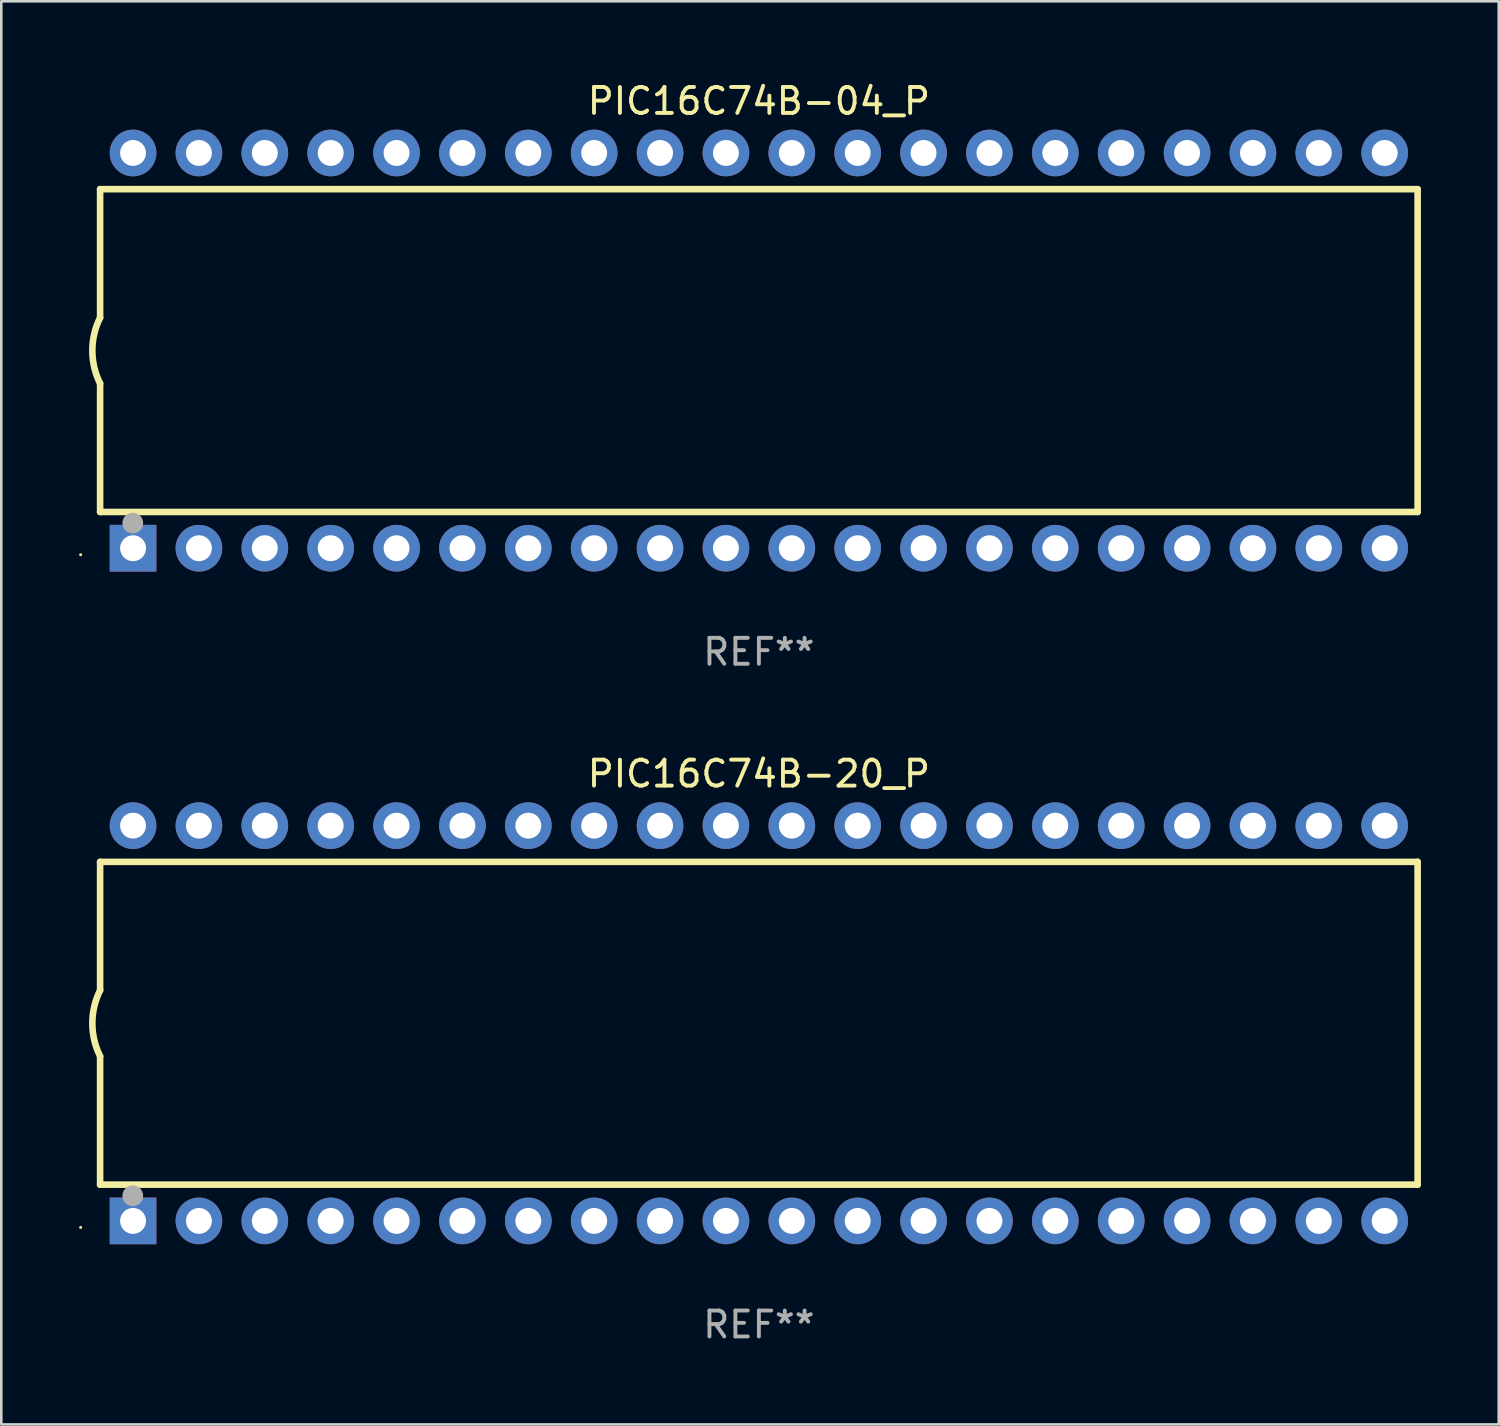
<source format=kicad_pcb>
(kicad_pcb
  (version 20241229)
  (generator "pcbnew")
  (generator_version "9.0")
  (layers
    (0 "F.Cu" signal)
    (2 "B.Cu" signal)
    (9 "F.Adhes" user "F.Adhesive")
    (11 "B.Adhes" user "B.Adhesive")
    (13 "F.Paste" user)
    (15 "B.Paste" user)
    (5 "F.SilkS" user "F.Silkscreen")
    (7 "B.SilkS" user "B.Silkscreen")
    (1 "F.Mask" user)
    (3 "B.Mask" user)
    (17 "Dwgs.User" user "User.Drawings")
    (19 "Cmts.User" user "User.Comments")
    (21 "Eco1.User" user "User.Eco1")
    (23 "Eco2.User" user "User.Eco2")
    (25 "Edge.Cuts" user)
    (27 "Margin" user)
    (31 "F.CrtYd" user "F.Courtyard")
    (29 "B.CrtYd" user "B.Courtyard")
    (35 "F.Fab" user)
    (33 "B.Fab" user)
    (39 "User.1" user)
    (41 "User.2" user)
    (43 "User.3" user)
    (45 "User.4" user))
  (footprint "PIC16C74B-04_P"
    (layer "F.Cu")
    (at 26.21 10.468)
    (property "Reference" "PIC16C74B-04_P" (at 0 -9.62 0) (layer "F.SilkS") (effects (font (size 1 1) (thickness 0.15))))
    (attr through_hole)
    (fp_line (start -25.4 -6.224) (end -25.4 -1.271) (stroke (width 0.254) (type solid)) (layer "F.SilkS"))
    (fp_line (start -25.4 -6.224) (end 25.4 -6.224) (stroke (width 0.254) (type solid)) (layer "F.SilkS"))
    (fp_line (start -25.4 1.269) (end -25.4 6.222) (stroke (width 0.254) (type solid)) (layer "F.SilkS"))
    (fp_line (start -25.4 6.222) (end 25.4 6.222) (stroke (width 0.254) (type solid)) (layer "F.SilkS"))
    (fp_line (start 25.4 6.222) (end 25.4 -6.224) (stroke (width 0.254) (type solid)) (layer "F.SilkS"))
    (fp_arc (start -25.4 1.269241) (mid -25.699807 -0.000762) (end -25.4 -1.270765) (stroke (width 0.254001) (type solid)) (layer "F.SilkS"))
    (fp_circle (center -26.15 7.87) (end -26.12 7.87) (stroke (width 0.06) (type solid)) (fill no) (layer "F.SilkS"))
    (fp_circle (center -24.14 6.65) (end -23.94 6.65) (stroke (width 0.4) (type solid)) (fill no) (layer "F.Fab"))
    (fp_text user "REF**" (at 0 11.62 0) (layer "F.Fab") (effects (font (size 1 1) (thickness 0.15))))
    (pad "1" thru_hole rect (at -24.13 7.62 90) (size 1.8 1.8) (drill 1) (layers "*.Cu" "*.Mask"))
    (pad "2" thru_hole circle (at -21.59 7.62) (size 1.8 1.8) (drill 1) (layers "*.Cu" "*.Mask"))
    (pad "3" thru_hole circle (at -19.05 7.62) (size 1.8 1.8) (drill 1) (layers "*.Cu" "*.Mask"))
    (pad "4" thru_hole circle (at -16.51 7.62) (size 1.8 1.8) (drill 1) (layers "*.Cu" "*.Mask"))
    (pad "5" thru_hole circle (at -13.97 7.62) (size 1.8 1.8) (drill 1) (layers "*.Cu" "*.Mask"))
    (pad "6" thru_hole circle (at -11.43 7.62) (size 1.8 1.8) (drill 1) (layers "*.Cu" "*.Mask"))
    (pad "7" thru_hole circle (at -8.89 7.62) (size 1.8 1.8) (drill 1) (layers "*.Cu" "*.Mask"))
    (pad "8" thru_hole circle (at -6.35 7.62) (size 1.8 1.8) (drill 1) (layers "*.Cu" "*.Mask"))
    (pad "9" thru_hole circle (at -3.81 7.62) (size 1.8 1.8) (drill 1) (layers "*.Cu" "*.Mask"))
    (pad "10" thru_hole circle (at -1.27 7.62) (size 1.8 1.8) (drill 1) (layers "*.Cu" "*.Mask"))
    (pad "11" thru_hole circle (at 1.27 7.62) (size 1.8 1.8) (drill 1) (layers "*.Cu" "*.Mask"))
    (pad "12" thru_hole circle (at 3.81 7.62) (size 1.8 1.8) (drill 1) (layers "*.Cu" "*.Mask"))
    (pad "13" thru_hole circle (at 6.35 7.62) (size 1.8 1.8) (drill 1) (layers "*.Cu" "*.Mask"))
    (pad "14" thru_hole circle (at 8.89 7.62) (size 1.8 1.8) (drill 1) (layers "*.Cu" "*.Mask"))
    (pad "15" thru_hole circle (at 11.43 7.62) (size 1.8 1.8) (drill 1) (layers "*.Cu" "*.Mask"))
    (pad "16" thru_hole circle (at 13.97 7.62) (size 1.8 1.8) (drill 1) (layers "*.Cu" "*.Mask"))
    (pad "17" thru_hole circle (at 16.51 7.62) (size 1.8 1.8) (drill 1) (layers "*.Cu" "*.Mask"))
    (pad "18" thru_hole circle (at 19.05 7.62) (size 1.8 1.8) (drill 1) (layers "*.Cu" "*.Mask"))
    (pad "19" thru_hole circle (at 21.59 7.62) (size 1.8 1.8) (drill 1) (layers "*.Cu" "*.Mask"))
    (pad "20" thru_hole circle (at 24.13 7.62) (size 1.8 1.8) (drill 1) (layers "*.Cu" "*.Mask"))
    (pad "21" thru_hole circle (at 24.13 -7.62) (size 1.8 1.8) (drill 1) (layers "*.Cu" "*.Mask"))
    (pad "22" thru_hole circle (at 21.59 -7.62) (size 1.8 1.8) (drill 1) (layers "*.Cu" "*.Mask"))
    (pad "23" thru_hole circle (at 19.05 -7.62) (size 1.8 1.8) (drill 1) (layers "*.Cu" "*.Mask"))
    (pad "24" thru_hole circle (at 16.51 -7.62) (size 1.8 1.8) (drill 1) (layers "*.Cu" "*.Mask"))
    (pad "25" thru_hole circle (at 13.97 -7.62) (size 1.8 1.8) (drill 1) (layers "*.Cu" "*.Mask"))
    (pad "26" thru_hole circle (at 11.43 -7.62) (size 1.8 1.8) (drill 1) (layers "*.Cu" "*.Mask"))
    (pad "27" thru_hole circle (at 8.89 -7.62) (size 1.8 1.8) (drill 1) (layers "*.Cu" "*.Mask"))
    (pad "28" thru_hole circle (at 6.35 -7.62) (size 1.8 1.8) (drill 1) (layers "*.Cu" "*.Mask"))
    (pad "29" thru_hole circle (at 3.81 -7.62) (size 1.8 1.8) (drill 1) (layers "*.Cu" "*.Mask"))
    (pad "30" thru_hole circle (at 1.27 -7.62) (size 1.8 1.8) (drill 1) (layers "*.Cu" "*.Mask"))
    (pad "31" thru_hole circle (at -1.27 -7.62) (size 1.8 1.8) (drill 1) (layers "*.Cu" "*.Mask"))
    (pad "32" thru_hole circle (at -3.81 -7.62) (size 1.8 1.8) (drill 1) (layers "*.Cu" "*.Mask"))
    (pad "33" thru_hole circle (at -6.35 -7.62) (size 1.8 1.8) (drill 1) (layers "*.Cu" "*.Mask"))
    (pad "34" thru_hole circle (at -8.89 -7.62) (size 1.8 1.8) (drill 1) (layers "*.Cu" "*.Mask"))
    (pad "35" thru_hole circle (at -11.43 -7.62) (size 1.8 1.8) (drill 1) (layers "*.Cu" "*.Mask"))
    (pad "36" thru_hole circle (at -13.97 -7.62) (size 1.8 1.8) (drill 1) (layers "*.Cu" "*.Mask"))
    (pad "37" thru_hole circle (at -16.51 -7.62) (size 1.8 1.8) (drill 1) (layers "*.Cu" "*.Mask"))
    (pad "38" thru_hole circle (at -19.05 -7.62) (size 1.8 1.8) (drill 1) (layers "*.Cu" "*.Mask"))
    (pad "39" thru_hole circle (at -21.59 -7.62) (size 1.8 1.8) (drill 1) (layers "*.Cu" "*.Mask"))
    (pad "40" thru_hole circle (at -24.13 -7.62) (size 1.8 1.8) (drill 1) (layers "*.Cu" "*.Mask")))
  (footprint "PIC16C74B-20_P"
    (layer "F.Cu")
    (at 26.21 36.405)
    (property "Reference" "PIC16C74B-20_P" (at 0 -9.62 0) (layer "F.SilkS") (effects (font (size 1 1) (thickness 0.15))))
    (attr through_hole)
    (fp_line (start -25.4 -6.224) (end -25.4 -1.271) (stroke (width 0.254) (type solid)) (layer "F.SilkS"))
    (fp_line (start -25.4 -6.224) (end 25.4 -6.224) (stroke (width 0.254) (type solid)) (layer "F.SilkS"))
    (fp_line (start -25.4 1.269) (end -25.4 6.222) (stroke (width 0.254) (type solid)) (layer "F.SilkS"))
    (fp_line (start -25.4 6.222) (end 25.4 6.222) (stroke (width 0.254) (type solid)) (layer "F.SilkS"))
    (fp_line (start 25.4 6.222) (end 25.4 -6.224) (stroke (width 0.254) (type solid)) (layer "F.SilkS"))
    (fp_arc (start -25.4 1.269241) (mid -25.699807 -0.000762) (end -25.4 -1.270765) (stroke (width 0.254001) (type solid)) (layer "F.SilkS"))
    (fp_circle (center -26.15 7.87) (end -26.12 7.87) (stroke (width 0.06) (type solid)) (fill no) (layer "F.SilkS"))
    (fp_circle (center -24.14 6.65) (end -23.94 6.65) (stroke (width 0.4) (type solid)) (fill no) (layer "F.Fab"))
    (fp_text user "REF**" (at 0 11.62 0) (layer "F.Fab") (effects (font (size 1 1) (thickness 0.15))))
    (pad "1" thru_hole rect (at -24.13 7.62 90) (size 1.8 1.8) (drill 1) (layers "*.Cu" "*.Mask"))
    (pad "2" thru_hole circle (at -21.59 7.62) (size 1.8 1.8) (drill 1) (layers "*.Cu" "*.Mask"))
    (pad "3" thru_hole circle (at -19.05 7.62) (size 1.8 1.8) (drill 1) (layers "*.Cu" "*.Mask"))
    (pad "4" thru_hole circle (at -16.51 7.62) (size 1.8 1.8) (drill 1) (layers "*.Cu" "*.Mask"))
    (pad "5" thru_hole circle (at -13.97 7.62) (size 1.8 1.8) (drill 1) (layers "*.Cu" "*.Mask"))
    (pad "6" thru_hole circle (at -11.43 7.62) (size 1.8 1.8) (drill 1) (layers "*.Cu" "*.Mask"))
    (pad "7" thru_hole circle (at -8.89 7.62) (size 1.8 1.8) (drill 1) (layers "*.Cu" "*.Mask"))
    (pad "8" thru_hole circle (at -6.35 7.62) (size 1.8 1.8) (drill 1) (layers "*.Cu" "*.Mask"))
    (pad "9" thru_hole circle (at -3.81 7.62) (size 1.8 1.8) (drill 1) (layers "*.Cu" "*.Mask"))
    (pad "10" thru_hole circle (at -1.27 7.62) (size 1.8 1.8) (drill 1) (layers "*.Cu" "*.Mask"))
    (pad "11" thru_hole circle (at 1.27 7.62) (size 1.8 1.8) (drill 1) (layers "*.Cu" "*.Mask"))
    (pad "12" thru_hole circle (at 3.81 7.62) (size 1.8 1.8) (drill 1) (layers "*.Cu" "*.Mask"))
    (pad "13" thru_hole circle (at 6.35 7.62) (size 1.8 1.8) (drill 1) (layers "*.Cu" "*.Mask"))
    (pad "14" thru_hole circle (at 8.89 7.62) (size 1.8 1.8) (drill 1) (layers "*.Cu" "*.Mask"))
    (pad "15" thru_hole circle (at 11.43 7.62) (size 1.8 1.8) (drill 1) (layers "*.Cu" "*.Mask"))
    (pad "16" thru_hole circle (at 13.97 7.62) (size 1.8 1.8) (drill 1) (layers "*.Cu" "*.Mask"))
    (pad "17" thru_hole circle (at 16.51 7.62) (size 1.8 1.8) (drill 1) (layers "*.Cu" "*.Mask"))
    (pad "18" thru_hole circle (at 19.05 7.62) (size 1.8 1.8) (drill 1) (layers "*.Cu" "*.Mask"))
    (pad "19" thru_hole circle (at 21.59 7.62) (size 1.8 1.8) (drill 1) (layers "*.Cu" "*.Mask"))
    (pad "20" thru_hole circle (at 24.13 7.62) (size 1.8 1.8) (drill 1) (layers "*.Cu" "*.Mask"))
    (pad "21" thru_hole circle (at 24.13 -7.62) (size 1.8 1.8) (drill 1) (layers "*.Cu" "*.Mask"))
    (pad "22" thru_hole circle (at 21.59 -7.62) (size 1.8 1.8) (drill 1) (layers "*.Cu" "*.Mask"))
    (pad "23" thru_hole circle (at 19.05 -7.62) (size 1.8 1.8) (drill 1) (layers "*.Cu" "*.Mask"))
    (pad "24" thru_hole circle (at 16.51 -7.62) (size 1.8 1.8) (drill 1) (layers "*.Cu" "*.Mask"))
    (pad "25" thru_hole circle (at 13.97 -7.62) (size 1.8 1.8) (drill 1) (layers "*.Cu" "*.Mask"))
    (pad "26" thru_hole circle (at 11.43 -7.62) (size 1.8 1.8) (drill 1) (layers "*.Cu" "*.Mask"))
    (pad "27" thru_hole circle (at 8.89 -7.62) (size 1.8 1.8) (drill 1) (layers "*.Cu" "*.Mask"))
    (pad "28" thru_hole circle (at 6.35 -7.62) (size 1.8 1.8) (drill 1) (layers "*.Cu" "*.Mask"))
    (pad "29" thru_hole circle (at 3.81 -7.62) (size 1.8 1.8) (drill 1) (layers "*.Cu" "*.Mask"))
    (pad "30" thru_hole circle (at 1.27 -7.62) (size 1.8 1.8) (drill 1) (layers "*.Cu" "*.Mask"))
    (pad "31" thru_hole circle (at -1.27 -7.62) (size 1.8 1.8) (drill 1) (layers "*.Cu" "*.Mask"))
    (pad "32" thru_hole circle (at -3.81 -7.62) (size 1.8 1.8) (drill 1) (layers "*.Cu" "*.Mask"))
    (pad "33" thru_hole circle (at -6.35 -7.62) (size 1.8 1.8) (drill 1) (layers "*.Cu" "*.Mask"))
    (pad "34" thru_hole circle (at -8.89 -7.62) (size 1.8 1.8) (drill 1) (layers "*.Cu" "*.Mask"))
    (pad "35" thru_hole circle (at -11.43 -7.62) (size 1.8 1.8) (drill 1) (layers "*.Cu" "*.Mask"))
    (pad "36" thru_hole circle (at -13.97 -7.62) (size 1.8 1.8) (drill 1) (layers "*.Cu" "*.Mask"))
    (pad "37" thru_hole circle (at -16.51 -7.62) (size 1.8 1.8) (drill 1) (layers "*.Cu" "*.Mask"))
    (pad "38" thru_hole circle (at -19.05 -7.62) (size 1.8 1.8) (drill 1) (layers "*.Cu" "*.Mask"))
    (pad "39" thru_hole circle (at -21.59 -7.62) (size 1.8 1.8) (drill 1) (layers "*.Cu" "*.Mask"))
    (pad "40" thru_hole circle (at -24.13 -7.62) (size 1.8 1.8) (drill 1) (layers "*.Cu" "*.Mask")))
  (gr_rect
    (start -3 -3)
    (end 54.737 51.873)
    (stroke (width 0.1) (type default))
    (fill no)
    (layer "Edge.Cuts")))
</source>
